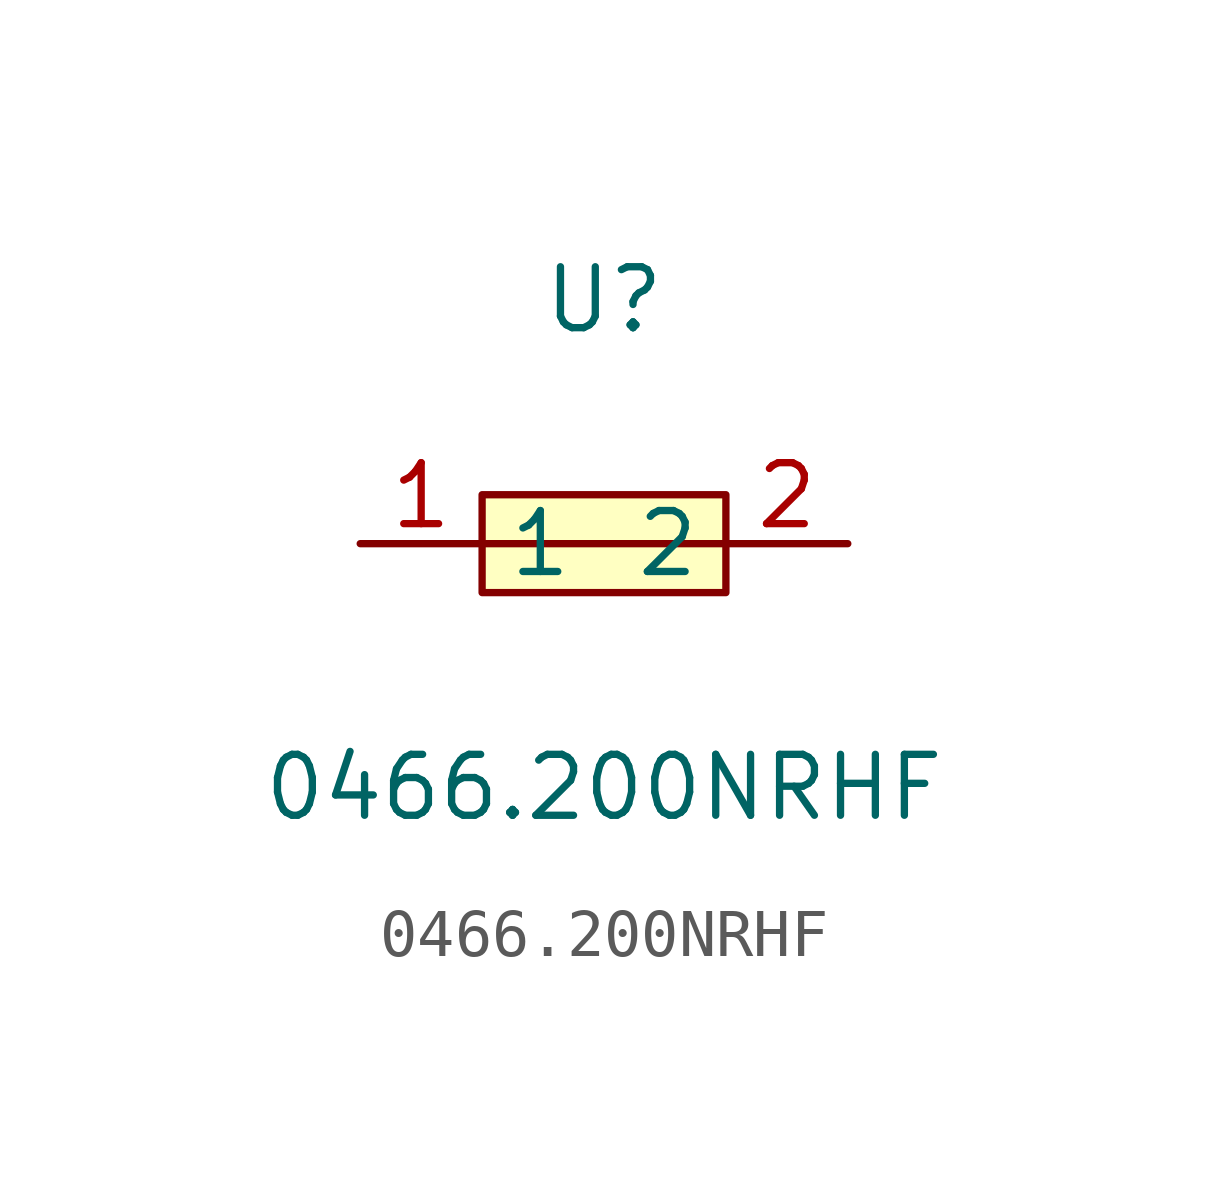
<source format=kicad_sym>
(kicad_symbol_lib
  (version 20211014)
  (generator https://github.com/uPesy/easyeda2kicad.py)
  (symbol "0466.200NRHF"
    (property "Reference" "U"
      (at 0 5.08 0)
      (effects (font (size 1.27 1.27))))
    (property "Value" "0466.200NRHF"
      (at 0 -5.08 0)
      (effects (font (size 1.27 1.27))))
    (symbol "0466.200NRHF_0_1"
      (rectangle (start -2.54 1.02) (end 2.54 -1.02) (stroke (width 0) (type default) (color 0 0 0 0)) (fill (type background)))
      (polyline (pts (xy -2.54 -0.00) (xy 2.54 -0.00)) (stroke (width 0) (type default) (color 0 0 0 0)) (fill (type none)))
      (pin unspecified line (at 5.08 -0.00 180) (length 2.54) (name "2" (effects (font (size 1.27 1.27)))) (number "2" (effects (font (size 1.27 1.27)))))
      (pin unspecified line (at -5.08 -0.00 0) (length 2.54) (name "1" (effects (font (size 1.27 1.27)))) (number "1" (effects (font (size 1.27 1.27))))))))
</source>
